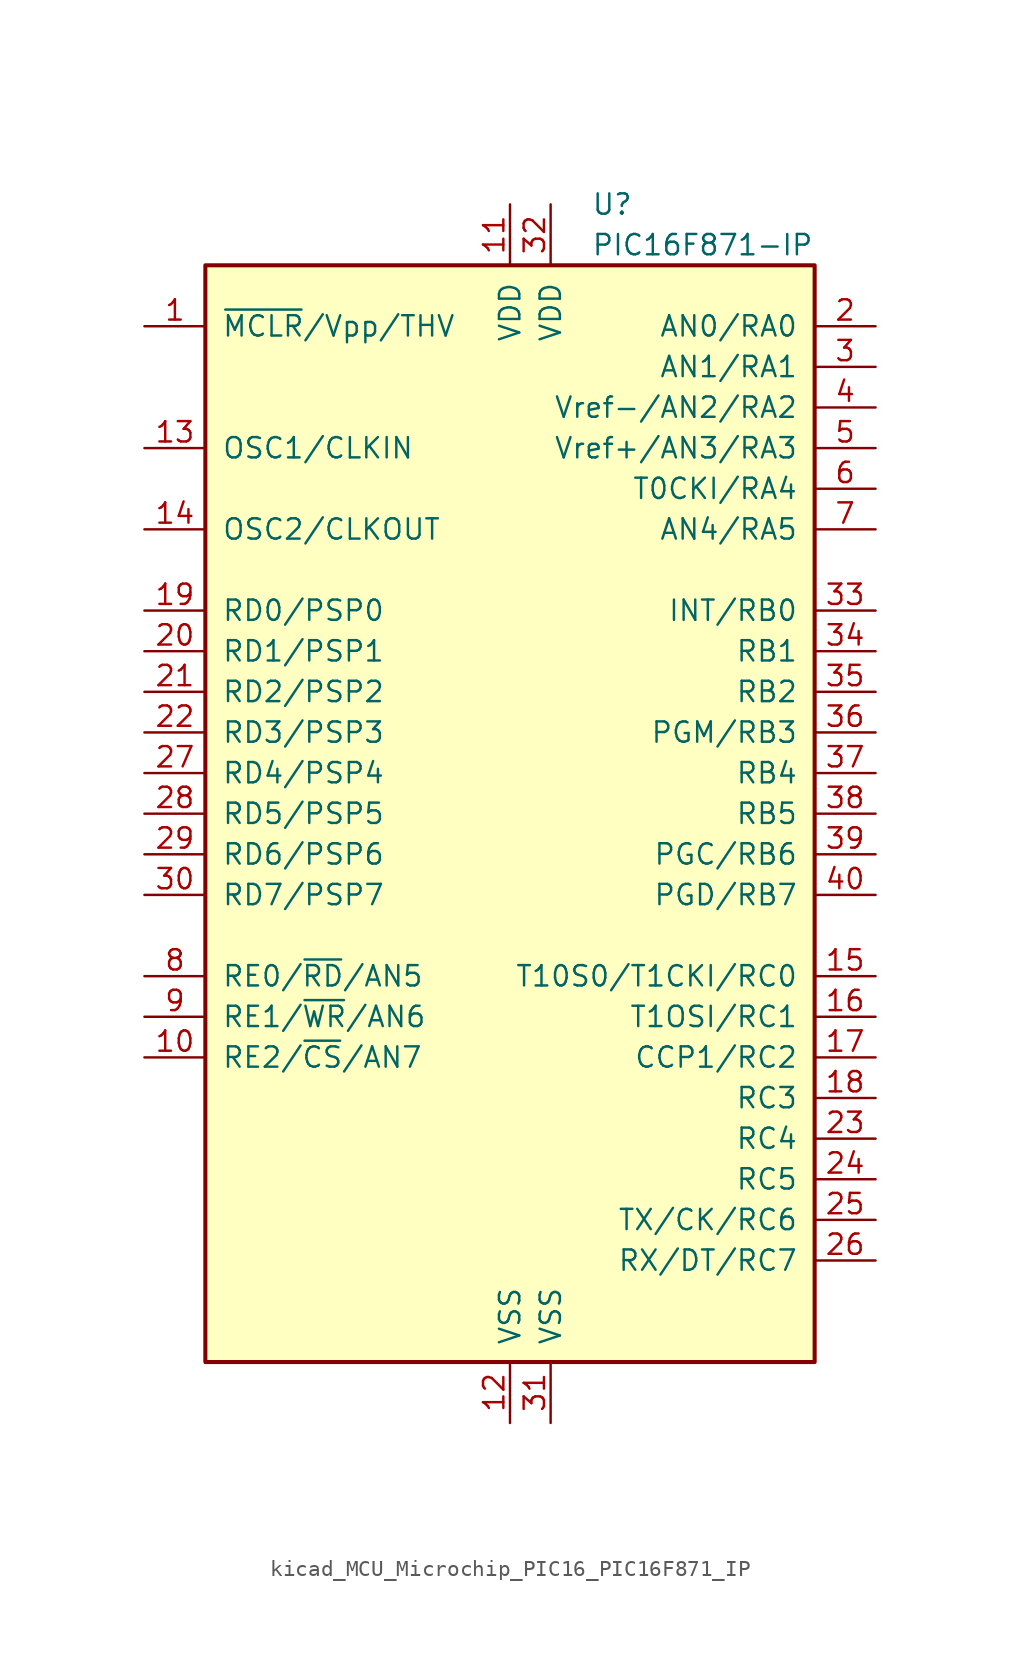
<source format=kicad_sym>
(kicad_symbol_lib
  (version 20220914)
  (generator kicad_symbol_editor)
  (symbol "kicad_MCU_Microchip_PIC16_PIC16F871_IP"
    (pin_names
      (offset 1.016))
    (property "Reference" "U"
      (at 5.08 38.1 0)
      (effects (font (size 1.27 1.27)) (justify left)))
    (property "Value" "PIC16F871-IP"
      (at 5.08 35.56 0)
      (effects (font (size 1.27 1.27)) (justify left)))
    (symbol "kicad_MCU_Microchip_PIC16_PIC16F871_IP_0_1"
      (rectangle (start -19.05 -34.29) (end 19.05 34.29) (stroke (width 0.254) (type default)) (fill (type background))))
    (symbol "kicad_MCU_Microchip_PIC16_PIC16F871_IP_1_1"
      (pin input line (at -22.86 30.48 0) (length 3.81) (name "~{MCLR}/Vpp/THV" (effects (font (size 1.27 1.27)))) (number "1" (effects (font (size 1.27 1.27)))))
      (pin bidirectional line (at -22.86 -15.24 0) (length 3.81) (name "RE2/~{CS}/AN7" (effects (font (size 1.27 1.27)))) (number "10" (effects (font (size 1.27 1.27)))))
      (pin power_in line (at 0 38.1 270) (length 3.81) (name "VDD" (effects (font (size 1.27 1.27)))) (number "11" (effects (font (size 1.27 1.27)))))
      (pin power_in line (at 0 -38.1 90) (length 3.81) (name "VSS" (effects (font (size 1.27 1.27)))) (number "12" (effects (font (size 1.27 1.27)))))
      (pin input line (at -22.86 22.86 0) (length 3.81) (name "OSC1/CLKIN" (effects (font (size 1.27 1.27)))) (number "13" (effects (font (size 1.27 1.27)))))
      (pin output line (at -22.86 17.78 0) (length 3.81) (name "OSC2/CLKOUT" (effects (font (size 1.27 1.27)))) (number "14" (effects (font (size 1.27 1.27)))))
      (pin bidirectional line (at 22.86 -10.16 180) (length 3.81) (name "T10S0/T1CKI/RC0" (effects (font (size 1.27 1.27)))) (number "15" (effects (font (size 1.27 1.27)))))
      (pin bidirectional line (at 22.86 -12.7 180) (length 3.81) (name "T1OSI/RC1" (effects (font (size 1.27 1.27)))) (number "16" (effects (font (size 1.27 1.27)))))
      (pin bidirectional line (at 22.86 -15.24 180) (length 3.81) (name "CCP1/RC2" (effects (font (size 1.27 1.27)))) (number "17" (effects (font (size 1.27 1.27)))))
      (pin bidirectional line (at 22.86 -17.78 180) (length 3.81) (name "RC3" (effects (font (size 1.27 1.27)))) (number "18" (effects (font (size 1.27 1.27)))))
      (pin bidirectional line (at -22.86 12.7 0) (length 3.81) (name "RD0/PSP0" (effects (font (size 1.27 1.27)))) (number "19" (effects (font (size 1.27 1.27)))))
      (pin bidirectional line (at 22.86 30.48 180) (length 3.81) (name "AN0/RA0" (effects (font (size 1.27 1.27)))) (number "2" (effects (font (size 1.27 1.27)))))
      (pin bidirectional line (at -22.86 10.16 0) (length 3.81) (name "RD1/PSP1" (effects (font (size 1.27 1.27)))) (number "20" (effects (font (size 1.27 1.27)))))
      (pin bidirectional line (at -22.86 7.62 0) (length 3.81) (name "RD2/PSP2" (effects (font (size 1.27 1.27)))) (number "21" (effects (font (size 1.27 1.27)))))
      (pin bidirectional line (at -22.86 5.08 0) (length 3.81) (name "RD3/PSP3" (effects (font (size 1.27 1.27)))) (number "22" (effects (font (size 1.27 1.27)))))
      (pin bidirectional line (at 22.86 -20.32 180) (length 3.81) (name "RC4" (effects (font (size 1.27 1.27)))) (number "23" (effects (font (size 1.27 1.27)))))
      (pin bidirectional line (at 22.86 -22.86 180) (length 3.81) (name "RC5" (effects (font (size 1.27 1.27)))) (number "24" (effects (font (size 1.27 1.27)))))
      (pin bidirectional line (at 22.86 -25.4 180) (length 3.81) (name "TX/CK/RC6" (effects (font (size 1.27 1.27)))) (number "25" (effects (font (size 1.27 1.27)))))
      (pin bidirectional line (at 22.86 -27.94 180) (length 3.81) (name "RX/DT/RC7" (effects (font (size 1.27 1.27)))) (number "26" (effects (font (size 1.27 1.27)))))
      (pin bidirectional line (at -22.86 2.54 0) (length 3.81) (name "RD4/PSP4" (effects (font (size 1.27 1.27)))) (number "27" (effects (font (size 1.27 1.27)))))
      (pin bidirectional line (at -22.86 0 0) (length 3.81) (name "RD5/PSP5" (effects (font (size 1.27 1.27)))) (number "28" (effects (font (size 1.27 1.27)))))
      (pin bidirectional line (at -22.86 -2.54 0) (length 3.81) (name "RD6/PSP6" (effects (font (size 1.27 1.27)))) (number "29" (effects (font (size 1.27 1.27)))))
      (pin bidirectional line (at 22.86 27.94 180) (length 3.81) (name "AN1/RA1" (effects (font (size 1.27 1.27)))) (number "3" (effects (font (size 1.27 1.27)))))
      (pin bidirectional line (at -22.86 -5.08 0) (length 3.81) (name "RD7/PSP7" (effects (font (size 1.27 1.27)))) (number "30" (effects (font (size 1.27 1.27)))))
      (pin power_in line (at 2.54 -38.1 90) (length 3.81) (name "VSS" (effects (font (size 1.27 1.27)))) (number "31" (effects (font (size 1.27 1.27)))))
      (pin power_in line (at 2.54 38.1 270) (length 3.81) (name "VDD" (effects (font (size 1.27 1.27)))) (number "32" (effects (font (size 1.27 1.27)))))
      (pin bidirectional line (at 22.86 12.7 180) (length 3.81) (name "INT/RB0" (effects (font (size 1.27 1.27)))) (number "33" (effects (font (size 1.27 1.27)))))
      (pin bidirectional line (at 22.86 10.16 180) (length 3.81) (name "RB1" (effects (font (size 1.27 1.27)))) (number "34" (effects (font (size 1.27 1.27)))))
      (pin bidirectional line (at 22.86 7.62 180) (length 3.81) (name "RB2" (effects (font (size 1.27 1.27)))) (number "35" (effects (font (size 1.27 1.27)))))
      (pin bidirectional line (at 22.86 5.08 180) (length 3.81) (name "PGM/RB3" (effects (font (size 1.27 1.27)))) (number "36" (effects (font (size 1.27 1.27)))))
      (pin bidirectional line (at 22.86 2.54 180) (length 3.81) (name "RB4" (effects (font (size 1.27 1.27)))) (number "37" (effects (font (size 1.27 1.27)))))
      (pin bidirectional line (at 22.86 0 180) (length 3.81) (name "RB5" (effects (font (size 1.27 1.27)))) (number "38" (effects (font (size 1.27 1.27)))))
      (pin bidirectional line (at 22.86 -2.54 180) (length 3.81) (name "PGC/RB6" (effects (font (size 1.27 1.27)))) (number "39" (effects (font (size 1.27 1.27)))))
      (pin bidirectional line (at 22.86 25.4 180) (length 3.81) (name "Vref-/AN2/RA2" (effects (font (size 1.27 1.27)))) (number "4" (effects (font (size 1.27 1.27)))))
      (pin bidirectional line (at 22.86 -5.08 180) (length 3.81) (name "PGD/RB7" (effects (font (size 1.27 1.27)))) (number "40" (effects (font (size 1.27 1.27)))))
      (pin bidirectional line (at 22.86 22.86 180) (length 3.81) (name "Vref+/AN3/RA3" (effects (font (size 1.27 1.27)))) (number "5" (effects (font (size 1.27 1.27)))))
      (pin bidirectional line (at 22.86 20.32 180) (length 3.81) (name "T0CKI/RA4" (effects (font (size 1.27 1.27)))) (number "6" (effects (font (size 1.27 1.27)))))
      (pin bidirectional line (at 22.86 17.78 180) (length 3.81) (name "AN4/RA5" (effects (font (size 1.27 1.27)))) (number "7" (effects (font (size 1.27 1.27)))))
      (pin bidirectional line (at -22.86 -10.16 0) (length 3.81) (name "RE0/~{RD}/AN5" (effects (font (size 1.27 1.27)))) (number "8" (effects (font (size 1.27 1.27)))))
      (pin bidirectional line (at -22.86 -12.7 0) (length 3.81) (name "RE1/~{WR}/AN6" (effects (font (size 1.27 1.27)))) (number "9" (effects (font (size 1.27 1.27))))))))
</source>
